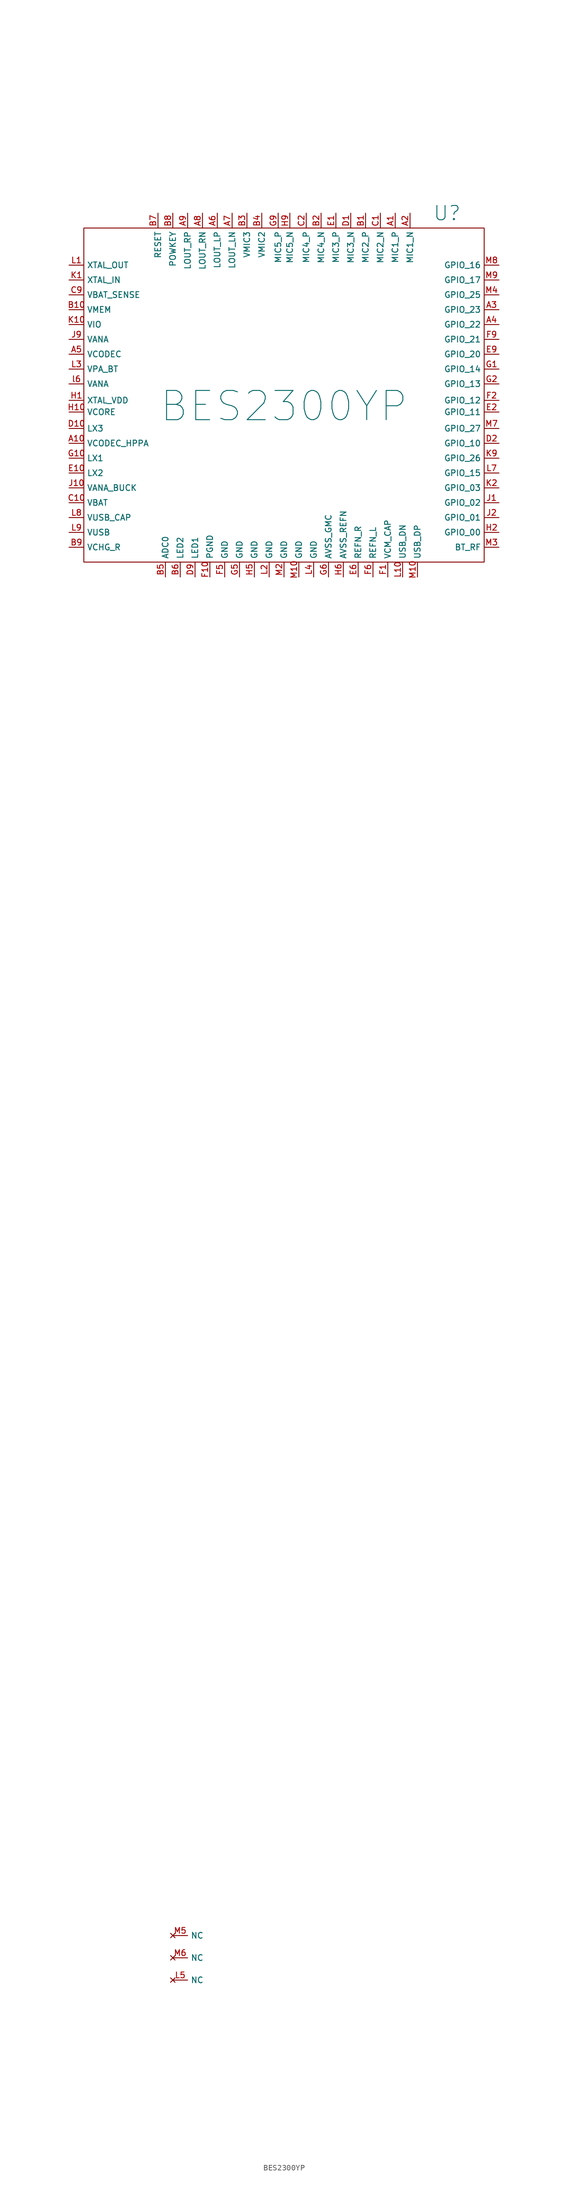
<source format=kicad_sym>
(kicad_symbol_lib
  (version 20211014)
  (generator kicad_symbol_editor)
  (symbol "BES2300YP"
    (property "Reference" "U"
      (at 27.94 33.02 0)
      (effects (font (size 2.45 2.45))))
    (property "Value" "BES2300YP"
      (at 0 0 0)
      (effects (font (size 5 5))))
    (symbol "BES2300YP_0_1"
      (rectangle (start -34.29 30.48) (end 34.29 -26.67) (stroke (width 0) (type default) (color 0 0 0 0)) (fill (type none))))
    (symbol "BES2300YP_1_1"
      (pin bidirectional line (at 19.05 33.02 270) (length 2.54) (name "MIC1_P" (effects (font (size 1 1)))) (number "A1" (effects (font (size 1 1)))))
      (pin power_in line (at -36.83 -6.35 0) (length 2.54) (name "VCODEC_HPPA" (effects (font (size 1 1)))) (number "A10" (effects (font (size 1 1)))))
      (pin bidirectional line (at 21.59 33.02 270) (length 2.54) (name "MIC1_N" (effects (font (size 1 1)))) (number "A2" (effects (font (size 1 1)))))
      (pin bidirectional line (at 36.83 16.51 180) (length 2.54) (name "GPIO_23" (effects (font (size 1 1)))) (number "A3" (effects (font (size 1 1)))))
      (pin bidirectional line (at 36.83 13.97 180) (length 2.54) (name "GPIO_22" (effects (font (size 1 1)))) (number "A4" (effects (font (size 1 1)))))
      (pin power_out line (at -36.83 8.89 0) (length 2.54) (name "VCODEC" (effects (font (size 1 1)))) (number "A5" (effects (font (size 1 1)))))
      (pin bidirectional line (at -11.43 33.02 270) (length 2.54) (name "LOUT_LP" (effects (font (size 1 1)))) (number "A6" (effects (font (size 1 1)))))
      (pin bidirectional line (at -8.89 33.02 270) (length 2.54) (name "LOUT_LN" (effects (font (size 1 1)))) (number "A7" (effects (font (size 1 1)))))
      (pin bidirectional line (at -13.97 33.02 270) (length 2.54) (name "LOUT_RN" (effects (font (size 1 1)))) (number "A8" (effects (font (size 1 1)))))
      (pin bidirectional line (at -16.51 33.02 270) (length 2.54) (name "LOUT_RP" (effects (font (size 1 1)))) (number "A9" (effects (font (size 1 1)))))
      (pin bidirectional line (at 13.97 33.02 270) (length 2.54) (name "MIC2_P" (effects (font (size 1 1)))) (number "B1" (effects (font (size 1 1)))))
      (pin power_out line (at -36.83 16.51 0) (length 2.54) (name "VMEM" (effects (font (size 1 1)))) (number "B10" (effects (font (size 1 1)))))
      (pin bidirectional line (at 6.35 33.02 270) (length 2.54) (name "MIC4_N" (effects (font (size 1 1)))) (number "B2" (effects (font (size 1 1)))))
      (pin bidirectional line (at -6.35 33.02 270) (length 2.54) (name "VMIC3" (effects (font (size 1 1)))) (number "B3" (effects (font (size 1 1)))))
      (pin bidirectional line (at -3.81 33.02 270) (length 2.54) (name "VMIC2" (effects (font (size 1 1)))) (number "B4" (effects (font (size 1 1)))))
      (pin input line (at -20.32 -29.21 90) (length 2.54) (name "ADC0" (effects (font (size 1 1)))) (number "B5" (effects (font (size 1 1)))))
      (pin output line (at -17.78 -29.21 90) (length 2.54) (name "LED2" (effects (font (size 1 1)))) (number "B6" (effects (font (size 1 1)))))
      (pin input line (at -21.59 33.02 270) (length 2.54) (name "RESET" (effects (font (size 1 1)))) (number "B7" (effects (font (size 1 1)))))
      (pin input line (at -19.05 33.02 270) (length 2.54) (name "POWKEY" (effects (font (size 1 1)))) (number "B8" (effects (font (size 1 1)))))
      (pin power_in line (at -36.83 -24.13 0) (length 2.54) (name "VCHG_R" (effects (font (size 1 1)))) (number "B9" (effects (font (size 1 1)))))
      (pin bidirectional line (at 16.51 33.02 270) (length 2.54) (name "MIC2_N" (effects (font (size 1 1)))) (number "C1" (effects (font (size 1 1)))))
      (pin power_in line (at -36.83 -16.51 0) (length 2.54) (name "VBAT" (effects (font (size 1 1)))) (number "C10" (effects (font (size 1 1)))))
      (pin bidirectional line (at 3.81 33.02 270) (length 2.54) (name "MIC4_P" (effects (font (size 1 1)))) (number "C2" (effects (font (size 1 1)))))
      (pin power_in line (at -36.83 19.05 0) (length 2.54) (name "VBAT_SENSE" (effects (font (size 1 1)))) (number "C9" (effects (font (size 1 1)))))
      (pin bidirectional line (at 11.43 33.02 270) (length 2.54) (name "MIC3_N" (effects (font (size 1 1)))) (number "D1" (effects (font (size 1 1)))))
      (pin power_out line (at -36.83 -3.81 0) (length 2.54) (name "LX3" (effects (font (size 1 1)))) (number "D10" (effects (font (size 1 1)))))
      (pin bidirectional line (at 36.83 -6.35 180) (length 2.54) (name "GPIO_10" (effects (font (size 1 1)))) (number "D2" (effects (font (size 1 1)))))
      (pin output line (at -15.24 -29.21 90) (length 2.54) (name "LED1" (effects (font (size 1 1)))) (number "D9" (effects (font (size 1 1)))))
      (pin bidirectional line (at 8.89 33.02 270) (length 2.54) (name "MIC3_P" (effects (font (size 1 1)))) (number "E1" (effects (font (size 1 1)))))
      (pin power_out line (at -36.83 -11.43 0) (length 2.54) (name "LX2" (effects (font (size 1 1)))) (number "E10" (effects (font (size 1 1)))))
      (pin bidirectional line (at 36.83 -1 180) (length 2.54) (name "GPIO_11" (effects (font (size 1 1)))) (number "E2" (effects (font (size 1 1)))))
      (pin bidirectional line (at 12.7 -29.21 90) (length 2.54) (name "REFN_R" (effects (font (size 1 1)))) (number "E6" (effects (font (size 1 1)))))
      (pin bidirectional line (at 36.83 8.89 180) (length 2.54) (name "GPIO_20" (effects (font (size 1 1)))) (number "E9" (effects (font (size 1 1)))))
      (pin bidirectional line (at 17.78 -29.21 90) (length 2.54) (name "VCM_CAP" (effects (font (size 1 1)))) (number "F1" (effects (font (size 1 1)))))
      (pin bidirectional line (at -12.7 -29.21 90) (length 2.54) (name "PGND" (effects (font (size 1 1)))) (number "F10" (effects (font (size 1 1)))))
      (pin bidirectional line (at 36.83 1 180) (length 2.54) (name "GPIO_12" (effects (font (size 1 1)))) (number "F2" (effects (font (size 1 1)))))
      (pin bidirectional line (at -10.16 -29.21 90) (length 2.54) (name "GND" (effects (font (size 1 1)))) (number "F5" (effects (font (size 1 1)))))
      (pin bidirectional line (at 15.24 -29.21 90) (length 2.54) (name "REFN_L" (effects (font (size 1 1)))) (number "F6" (effects (font (size 1 1)))))
      (pin bidirectional line (at 36.83 11.43 180) (length 2.54) (name "GPIO_21" (effects (font (size 1 1)))) (number "F9" (effects (font (size 1 1)))))
      (pin bidirectional line (at 36.83 6.35 180) (length 2.54) (name "GPIO_14" (effects (font (size 1 1)))) (number "G1" (effects (font (size 1 1)))))
      (pin power_out line (at -36.83 -8.89 0) (length 2.54) (name "LX1" (effects (font (size 1 1)))) (number "G10" (effects (font (size 1 1)))))
      (pin bidirectional line (at 36.83 3.81 180) (length 2.54) (name "GPIO_13" (effects (font (size 1 1)))) (number "G2" (effects (font (size 1 1)))))
      (pin bidirectional line (at -7.62 -29.21 90) (length 2.54) (name "GND" (effects (font (size 1 1)))) (number "G5" (effects (font (size 1 1)))))
      (pin bidirectional line (at 7.62 -29.21 90) (length 2.54) (name "AVSS_GMC" (effects (font (size 1 1)))) (number "G6" (effects (font (size 1 1)))))
      (pin bidirectional line (at -1 33.02 270) (length 2.54) (name "MIC5_P" (effects (font (size 1 1)))) (number "G9" (effects (font (size 1 1)))))
      (pin power_in line (at -36.83 1 0) (length 2.54) (name "XTAL_VDD" (effects (font (size 1 1)))) (number "H1" (effects (font (size 1 1)))))
      (pin power_out line (at -36.83 -1 0) (length 2.54) (name "VCORE" (effects (font (size 1 1)))) (number "H10" (effects (font (size 1 1)))))
      (pin bidirectional line (at 36.83 -21.59 180) (length 2.54) (name "GPIO_00" (effects (font (size 1 1)))) (number "H2" (effects (font (size 1 1)))))
      (pin bidirectional line (at -5.08 -29.21 90) (length 2.54) (name "GND" (effects (font (size 1 1)))) (number "H5" (effects (font (size 1 1)))))
      (pin bidirectional line (at 10.16 -29.21 90) (length 2.54) (name "AVSS_REFN" (effects (font (size 1 1)))) (number "H6" (effects (font (size 1 1)))))
      (pin bidirectional line (at 1 33.02 270) (length 2.54) (name "MIC5_N" (effects (font (size 1 1)))) (number "H9" (effects (font (size 1 1)))))
      (pin bidirectional line (at 36.83 -16.51 180) (length 2.54) (name "GPIO_02" (effects (font (size 1 1)))) (number "J1" (effects (font (size 1 1)))))
      (pin power_out line (at -36.83 -13.97 0) (length 2.54) (name "VANA_BUCK" (effects (font (size 1 1)))) (number "J10" (effects (font (size 1 1)))))
      (pin bidirectional line (at 36.83 -19.05 180) (length 2.54) (name "GPIO_01" (effects (font (size 1 1)))) (number "J2" (effects (font (size 1 1)))))
      (pin power_out line (at -36.83 11.43 0) (length 2.54) (name "VANA" (effects (font (size 1 1)))) (number "J9" (effects (font (size 1 1)))))
      (pin input line (at -36.83 21.59 0) (length 2.54) (name "XTAL_IN" (effects (font (size 1 1)))) (number "K1" (effects (font (size 1 1)))))
      (pin power_out line (at -36.83 13.97 0) (length 2.54) (name "VIO" (effects (font (size 1 1)))) (number "K10" (effects (font (size 1 1)))))
      (pin bidirectional line (at 36.83 -13.97 180) (length 2.54) (name "GPIO_03" (effects (font (size 1 1)))) (number "K2" (effects (font (size 1 1)))))
      (pin bidirectional line (at 36.83 -8.89 180) (length 2.54) (name "GPIO_26" (effects (font (size 1 1)))) (number "K9" (effects (font (size 1 1)))))
      (pin output line (at -36.83 24.13 0) (length 2.54) (name "XTAL_OUT" (effects (font (size 1 1)))) (number "L1" (effects (font (size 1 1)))))
      (pin bidirectional line (at 20.32 -29.21 90) (length 2.54) (name "USB_DN" (effects (font (size 1 1)))) (number "L10" (effects (font (size 1 1)))))
      (pin bidirectional line (at -2.54 -29.21 90) (length 2.54) (name "GND" (effects (font (size 1 1)))) (number "L2" (effects (font (size 1 1)))))
      (pin power_in line (at -36.83 6.35 0) (length 2.54) (name "VPA_BT" (effects (font (size 1 1)))) (number "L3" (effects (font (size 1 1)))))
      (pin bidirectional line (at 5.08 -29.21 90) (length 2.54) (name "GND" (effects (font (size 1 1)))) (number "L4" (effects (font (size 1 1)))))
      (pin no_connect line (at -19.05 -269.24 0) (length 2.54) (name "NC" (effects (font (size 1 1)))) (number "L5" (effects (font (size 1 1)))))
      (pin bidirectional line (at 36.83 -11.43 180) (length 2.54) (name "GPIO_15" (effects (font (size 1 1)))) (number "L7" (effects (font (size 1 1)))))
      (pin power_out line (at -36.83 -19.05 0) (length 2.54) (name "VUSB_CAP" (effects (font (size 1 1)))) (number "L8" (effects (font (size 1 1)))))
      (pin power_out line (at -36.83 -21.59 0) (length 2.54) (name "VUSB" (effects (font (size 1 1)))) (number "L9" (effects (font (size 1 1)))))
      (pin bidirectional line (at 2.54 -29.21 90) (length 2.54) (name "GND" (effects (font (size 1 1)))) (number "M10" (effects (font (size 1 1)))))
      (pin bidirectional line (at 22.86 -29.21 90) (length 2.54) (name "USB_DP" (effects (font (size 1 1)))) (number "M10" (effects (font (size 1 1)))))
      (pin bidirectional line (at 0 -29.21 90) (length 2.54) (name "GND" (effects (font (size 1 1)))) (number "M2" (effects (font (size 1 1)))))
      (pin input line (at 36.83 -24.13 180) (length 2.54) (name "BT_RF" (effects (font (size 1 1)))) (number "M3" (effects (font (size 1 1)))))
      (pin bidirectional line (at 36.83 19.05 180) (length 2.54) (name "GPIO_25" (effects (font (size 1 1)))) (number "M4" (effects (font (size 1 1)))))
      (pin no_connect line (at -19.05 -261.62 0) (length 2.54) (name "NC" (effects (font (size 1 1)))) (number "M5" (effects (font (size 1 1)))))
      (pin no_connect line (at -19.05 -265.43 0) (length 2.54) (name "NC" (effects (font (size 1 1)))) (number "M6" (effects (font (size 1 1)))))
      (pin bidirectional line (at 36.83 -3.81 180) (length 2.54) (name "GPIO_27" (effects (font (size 1 1)))) (number "M7" (effects (font (size 1 1)))))
      (pin bidirectional line (at 36.83 24.13 180) (length 2.54) (name "GPIO_16" (effects (font (size 1 1)))) (number "M8" (effects (font (size 1 1)))))
      (pin bidirectional line (at 36.83 21.59 180) (length 2.54) (name "GPIO_17" (effects (font (size 1 1)))) (number "M9" (effects (font (size 1 1)))))
      (pin power_in line (at -36.83 3.81 0) (length 2.54) (name "VANA" (effects (font (size 1 1)))) (number "l6" (effects (font (size 1 1))))))))
</source>
